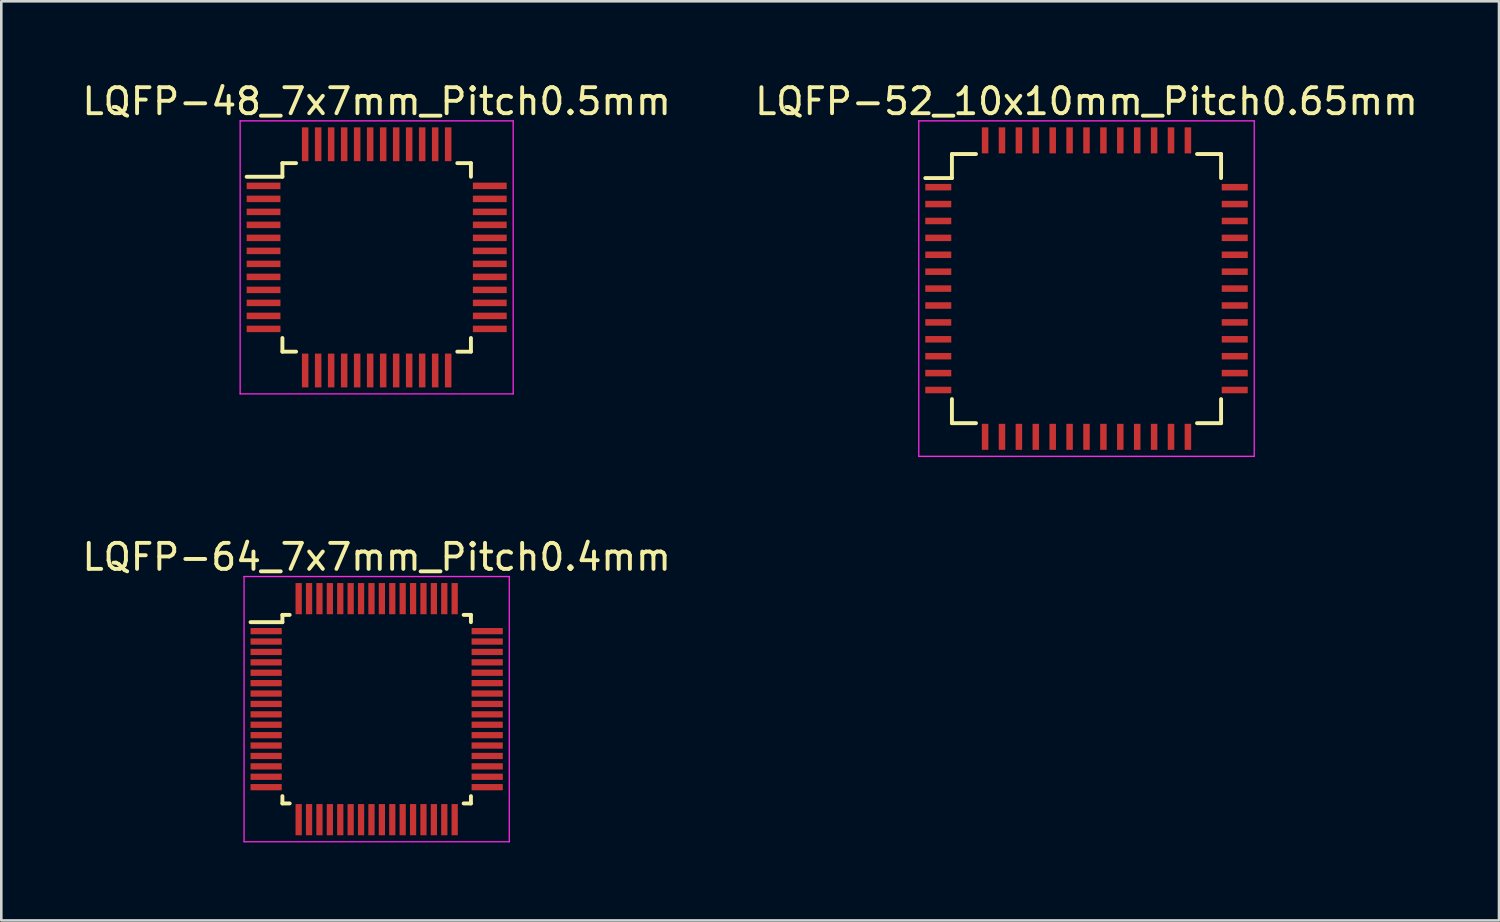
<source format=kicad_pcb>
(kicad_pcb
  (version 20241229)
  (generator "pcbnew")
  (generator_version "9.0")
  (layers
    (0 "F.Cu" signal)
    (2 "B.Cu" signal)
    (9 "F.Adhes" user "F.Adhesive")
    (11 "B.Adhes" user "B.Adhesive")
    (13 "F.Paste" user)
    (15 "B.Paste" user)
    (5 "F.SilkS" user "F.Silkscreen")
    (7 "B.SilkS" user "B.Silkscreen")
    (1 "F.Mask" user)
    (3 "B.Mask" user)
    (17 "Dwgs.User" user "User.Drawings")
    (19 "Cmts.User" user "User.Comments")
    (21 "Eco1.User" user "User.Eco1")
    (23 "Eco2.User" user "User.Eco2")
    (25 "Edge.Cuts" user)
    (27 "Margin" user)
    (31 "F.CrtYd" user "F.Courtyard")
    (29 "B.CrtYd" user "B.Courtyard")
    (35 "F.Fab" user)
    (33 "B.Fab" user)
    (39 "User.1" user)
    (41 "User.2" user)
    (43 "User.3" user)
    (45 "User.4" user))
  (footprint "LQFP-48_7x7mm_Pitch0.5mm"
    (layer "F.Cu")
    (at 11.435 6.848)
    (property "Reference" "LQFP-48_7x7mm_Pitch0.5mm" (at 0 -6 0) (layer "F.SilkS") (effects (font (size 1 1) (thickness 0.15))))
    (attr smd)
    (fp_line (start -3.625 -3.625) (end -3.625 -3.1) (stroke (width 0.15) (type solid)) (layer "F.SilkS"))
    (fp_line (start -3.625 -3.625) (end -3.1 -3.625) (stroke (width 0.15) (type solid)) (layer "F.SilkS"))
    (fp_line (start -3.625 -3.1) (end -5 -3.1) (stroke (width 0.15) (type solid)) (layer "F.SilkS"))
    (fp_line (start -3.625 3.625) (end -3.625 3.1) (stroke (width 0.15) (type solid)) (layer "F.SilkS"))
    (fp_line (start -3.625 3.625) (end -3.1 3.625) (stroke (width 0.15) (type solid)) (layer "F.SilkS"))
    (fp_line (start 3.625 -3.625) (end 3.1 -3.625) (stroke (width 0.15) (type solid)) (layer "F.SilkS"))
    (fp_line (start 3.625 -3.625) (end 3.625 -3.1) (stroke (width 0.15) (type solid)) (layer "F.SilkS"))
    (fp_line (start 3.625 3.625) (end 3.1 3.625) (stroke (width 0.15) (type solid)) (layer "F.SilkS"))
    (fp_line (start 3.625 3.625) (end 3.625 3.1) (stroke (width 0.15) (type solid)) (layer "F.SilkS"))
    (fp_line (start -5.25 -5.25) (end -5.25 5.25) (stroke (width 0.05) (type solid)) (layer "F.CrtYd"))
    (fp_line (start -5.25 -5.25) (end 5.25 -5.25) (stroke (width 0.05) (type solid)) (layer "F.CrtYd"))
    (fp_line (start -5.25 5.25) (end 5.25 5.25) (stroke (width 0.05) (type solid)) (layer "F.CrtYd"))
    (fp_line (start 5.25 -5.25) (end 5.25 5.25) (stroke (width 0.05) (type solid)) (layer "F.CrtYd"))
    (pad "1" smd rect (at -4.35 -2.75) (size 1.3 0.25) (layers "F.Cu" "F.Mask" "F.Paste"))
    (pad "2" smd rect (at -4.35 -2.25) (size 1.3 0.25) (layers "F.Cu" "F.Mask" "F.Paste"))
    (pad "3" smd rect (at -4.35 -1.75) (size 1.3 0.25) (layers "F.Cu" "F.Mask" "F.Paste"))
    (pad "4" smd rect (at -4.35 -1.25) (size 1.3 0.25) (layers "F.Cu" "F.Mask" "F.Paste"))
    (pad "5" smd rect (at -4.35 -0.75) (size 1.3 0.25) (layers "F.Cu" "F.Mask" "F.Paste"))
    (pad "6" smd rect (at -4.35 -0.25) (size 1.3 0.25) (layers "F.Cu" "F.Mask" "F.Paste"))
    (pad "7" smd rect (at -4.35 0.25) (size 1.3 0.25) (layers "F.Cu" "F.Mask" "F.Paste"))
    (pad "8" smd rect (at -4.35 0.75) (size 1.3 0.25) (layers "F.Cu" "F.Mask" "F.Paste"))
    (pad "9" smd rect (at -4.35 1.25) (size 1.3 0.25) (layers "F.Cu" "F.Mask" "F.Paste"))
    (pad "10" smd rect (at -4.35 1.75) (size 1.3 0.25) (layers "F.Cu" "F.Mask" "F.Paste"))
    (pad "11" smd rect (at -4.35 2.25) (size 1.3 0.25) (layers "F.Cu" "F.Mask" "F.Paste"))
    (pad "12" smd rect (at -4.35 2.75) (size 1.3 0.25) (layers "F.Cu" "F.Mask" "F.Paste"))
    (pad "13" smd rect (at -2.75 4.35 90) (size 1.3 0.25) (layers "F.Cu" "F.Mask" "F.Paste"))
    (pad "14" smd rect (at -2.25 4.35 90) (size 1.3 0.25) (layers "F.Cu" "F.Mask" "F.Paste"))
    (pad "15" smd rect (at -1.75 4.35 90) (size 1.3 0.25) (layers "F.Cu" "F.Mask" "F.Paste"))
    (pad "16" smd rect (at -1.25 4.35 90) (size 1.3 0.25) (layers "F.Cu" "F.Mask" "F.Paste"))
    (pad "17" smd rect (at -0.75 4.35 90) (size 1.3 0.25) (layers "F.Cu" "F.Mask" "F.Paste"))
    (pad "18" smd rect (at -0.25 4.35 90) (size 1.3 0.25) (layers "F.Cu" "F.Mask" "F.Paste"))
    (pad "19" smd rect (at 0.25 4.35 90) (size 1.3 0.25) (layers "F.Cu" "F.Mask" "F.Paste"))
    (pad "20" smd rect (at 0.75 4.35 90) (size 1.3 0.25) (layers "F.Cu" "F.Mask" "F.Paste"))
    (pad "21" smd rect (at 1.25 4.35 90) (size 1.3 0.25) (layers "F.Cu" "F.Mask" "F.Paste"))
    (pad "22" smd rect (at 1.75 4.35 90) (size 1.3 0.25) (layers "F.Cu" "F.Mask" "F.Paste"))
    (pad "23" smd rect (at 2.25 4.35 90) (size 1.3 0.25) (layers "F.Cu" "F.Mask" "F.Paste"))
    (pad "24" smd rect (at 2.75 4.35 90) (size 1.3 0.25) (layers "F.Cu" "F.Mask" "F.Paste"))
    (pad "25" smd rect (at 4.35 2.75) (size 1.3 0.25) (layers "F.Cu" "F.Mask" "F.Paste"))
    (pad "26" smd rect (at 4.35 2.25) (size 1.3 0.25) (layers "F.Cu" "F.Mask" "F.Paste"))
    (pad "27" smd rect (at 4.35 1.75) (size 1.3 0.25) (layers "F.Cu" "F.Mask" "F.Paste"))
    (pad "28" smd rect (at 4.35 1.25) (size 1.3 0.25) (layers "F.Cu" "F.Mask" "F.Paste"))
    (pad "29" smd rect (at 4.35 0.75) (size 1.3 0.25) (layers "F.Cu" "F.Mask" "F.Paste"))
    (pad "30" smd rect (at 4.35 0.25) (size 1.3 0.25) (layers "F.Cu" "F.Mask" "F.Paste"))
    (pad "31" smd rect (at 4.35 -0.25) (size 1.3 0.25) (layers "F.Cu" "F.Mask" "F.Paste"))
    (pad "32" smd rect (at 4.35 -0.75) (size 1.3 0.25) (layers "F.Cu" "F.Mask" "F.Paste"))
    (pad "33" smd rect (at 4.35 -1.25) (size 1.3 0.25) (layers "F.Cu" "F.Mask" "F.Paste"))
    (pad "34" smd rect (at 4.35 -1.75) (size 1.3 0.25) (layers "F.Cu" "F.Mask" "F.Paste"))
    (pad "35" smd rect (at 4.35 -2.25) (size 1.3 0.25) (layers "F.Cu" "F.Mask" "F.Paste"))
    (pad "36" smd rect (at 4.35 -2.75) (size 1.3 0.25) (layers "F.Cu" "F.Mask" "F.Paste"))
    (pad "37" smd rect (at 2.75 -4.35 90) (size 1.3 0.25) (layers "F.Cu" "F.Mask" "F.Paste"))
    (pad "38" smd rect (at 2.25 -4.35 90) (size 1.3 0.25) (layers "F.Cu" "F.Mask" "F.Paste"))
    (pad "39" smd rect (at 1.75 -4.35 90) (size 1.3 0.25) (layers "F.Cu" "F.Mask" "F.Paste"))
    (pad "40" smd rect (at 1.25 -4.35 90) (size 1.3 0.25) (layers "F.Cu" "F.Mask" "F.Paste"))
    (pad "41" smd rect (at 0.75 -4.35 90) (size 1.3 0.25) (layers "F.Cu" "F.Mask" "F.Paste"))
    (pad "42" smd rect (at 0.25 -4.35 90) (size 1.3 0.25) (layers "F.Cu" "F.Mask" "F.Paste"))
    (pad "43" smd rect (at -0.25 -4.35 90) (size 1.3 0.25) (layers "F.Cu" "F.Mask" "F.Paste"))
    (pad "44" smd rect (at -0.75 -4.35 90) (size 1.3 0.25) (layers "F.Cu" "F.Mask" "F.Paste"))
    (pad "45" smd rect (at -1.25 -4.35 90) (size 1.3 0.25) (layers "F.Cu" "F.Mask" "F.Paste"))
    (pad "46" smd rect (at -1.75 -4.35 90) (size 1.3 0.25) (layers "F.Cu" "F.Mask" "F.Paste"))
    (pad "47" smd rect (at -2.25 -4.35 90) (size 1.3 0.25) (layers "F.Cu" "F.Mask" "F.Paste"))
    (pad "48" smd rect (at -2.75 -4.35 90) (size 1.3 0.25) (layers "F.Cu" "F.Mask" "F.Paste")))
  (footprint "LQFP-52_10x10mm_Pitch0.65mm"
    (layer "F.Cu")
    (at 38.732 8.048)
    (property "Reference" "LQFP-52_10x10mm_Pitch0.65mm" (at 0 -7.2 0) (layer "F.SilkS") (effects (font (size 1 1) (thickness 0.15))))
    (attr smd)
    (fp_line (start -5.175 -5.175) (end -5.175 -4.25) (stroke (width 0.15) (type solid)) (layer "F.SilkS"))
    (fp_line (start -5.175 -5.175) (end -4.25 -5.175) (stroke (width 0.15) (type solid)) (layer "F.SilkS"))
    (fp_line (start -5.175 -4.25) (end -6.2 -4.25) (stroke (width 0.15) (type solid)) (layer "F.SilkS"))
    (fp_line (start -5.175 5.175) (end -5.175 4.25) (stroke (width 0.15) (type solid)) (layer "F.SilkS"))
    (fp_line (start -5.175 5.175) (end -4.25 5.175) (stroke (width 0.15) (type solid)) (layer "F.SilkS"))
    (fp_line (start 5.175 -5.175) (end 4.25 -5.175) (stroke (width 0.15) (type solid)) (layer "F.SilkS"))
    (fp_line (start 5.175 -5.175) (end 5.175 -4.25) (stroke (width 0.15) (type solid)) (layer "F.SilkS"))
    (fp_line (start 5.175 5.175) (end 4.25 5.175) (stroke (width 0.15) (type solid)) (layer "F.SilkS"))
    (fp_line (start 5.175 5.175) (end 5.175 4.25) (stroke (width 0.15) (type solid)) (layer "F.SilkS"))
    (fp_line (start -6.45 -6.45) (end -6.45 6.45) (stroke (width 0.05) (type solid)) (layer "F.CrtYd"))
    (fp_line (start -6.45 -6.45) (end 6.45 -6.45) (stroke (width 0.05) (type solid)) (layer "F.CrtYd"))
    (fp_line (start -6.45 6.45) (end 6.45 6.45) (stroke (width 0.05) (type solid)) (layer "F.CrtYd"))
    (fp_line (start 6.45 -6.45) (end 6.45 6.45) (stroke (width 0.05) (type solid)) (layer "F.CrtYd"))
    (pad "1" smd rect (at -5.7 -3.9) (size 1 0.25) (layers "F.Cu" "F.Mask" "F.Paste"))
    (pad "2" smd rect (at -5.7 -3.25) (size 1 0.25) (layers "F.Cu" "F.Mask" "F.Paste"))
    (pad "3" smd rect (at -5.7 -2.6) (size 1 0.25) (layers "F.Cu" "F.Mask" "F.Paste"))
    (pad "4" smd rect (at -5.7 -1.95) (size 1 0.25) (layers "F.Cu" "F.Mask" "F.Paste"))
    (pad "5" smd rect (at -5.7 -1.3) (size 1 0.25) (layers "F.Cu" "F.Mask" "F.Paste"))
    (pad "6" smd rect (at -5.7 -0.65) (size 1 0.25) (layers "F.Cu" "F.Mask" "F.Paste"))
    (pad "7" smd rect (at -5.7 0) (size 1 0.25) (layers "F.Cu" "F.Mask" "F.Paste"))
    (pad "8" smd rect (at -5.7 0.65) (size 1 0.25) (layers "F.Cu" "F.Mask" "F.Paste"))
    (pad "9" smd rect (at -5.7 1.3) (size 1 0.25) (layers "F.Cu" "F.Mask" "F.Paste"))
    (pad "10" smd rect (at -5.7 1.95) (size 1 0.25) (layers "F.Cu" "F.Mask" "F.Paste"))
    (pad "11" smd rect (at -5.7 2.6) (size 1 0.25) (layers "F.Cu" "F.Mask" "F.Paste"))
    (pad "12" smd rect (at -5.7 3.25) (size 1 0.25) (layers "F.Cu" "F.Mask" "F.Paste"))
    (pad "13" smd rect (at -5.7 3.9) (size 1 0.25) (layers "F.Cu" "F.Mask" "F.Paste"))
    (pad "14" smd rect (at -3.9 5.7 90) (size 1 0.25) (layers "F.Cu" "F.Mask" "F.Paste"))
    (pad "15" smd rect (at -3.25 5.7 90) (size 1 0.25) (layers "F.Cu" "F.Mask" "F.Paste"))
    (pad "16" smd rect (at -2.6 5.7 90) (size 1 0.25) (layers "F.Cu" "F.Mask" "F.Paste"))
    (pad "17" smd rect (at -1.95 5.7 90) (size 1 0.25) (layers "F.Cu" "F.Mask" "F.Paste"))
    (pad "18" smd rect (at -1.3 5.7 90) (size 1 0.25) (layers "F.Cu" "F.Mask" "F.Paste"))
    (pad "19" smd rect (at -0.65 5.7 90) (size 1 0.25) (layers "F.Cu" "F.Mask" "F.Paste"))
    (pad "20" smd rect (at 0 5.7 90) (size 1 0.25) (layers "F.Cu" "F.Mask" "F.Paste"))
    (pad "21" smd rect (at 0.65 5.7 90) (size 1 0.25) (layers "F.Cu" "F.Mask" "F.Paste"))
    (pad "22" smd rect (at 1.3 5.7 90) (size 1 0.25) (layers "F.Cu" "F.Mask" "F.Paste"))
    (pad "23" smd rect (at 1.95 5.7 90) (size 1 0.25) (layers "F.Cu" "F.Mask" "F.Paste"))
    (pad "24" smd rect (at 2.6 5.7 90) (size 1 0.25) (layers "F.Cu" "F.Mask" "F.Paste"))
    (pad "25" smd rect (at 3.25 5.7 90) (size 1 0.25) (layers "F.Cu" "F.Mask" "F.Paste"))
    (pad "26" smd rect (at 3.9 5.7 90) (size 1 0.25) (layers "F.Cu" "F.Mask" "F.Paste"))
    (pad "27" smd rect (at 5.7 3.9) (size 1 0.25) (layers "F.Cu" "F.Mask" "F.Paste"))
    (pad "28" smd rect (at 5.7 3.25) (size 1 0.25) (layers "F.Cu" "F.Mask" "F.Paste"))
    (pad "29" smd rect (at 5.7 2.6) (size 1 0.25) (layers "F.Cu" "F.Mask" "F.Paste"))
    (pad "30" smd rect (at 5.7 1.95) (size 1 0.25) (layers "F.Cu" "F.Mask" "F.Paste"))
    (pad "31" smd rect (at 5.7 1.3) (size 1 0.25) (layers "F.Cu" "F.Mask" "F.Paste"))
    (pad "32" smd rect (at 5.7 0.65) (size 1 0.25) (layers "F.Cu" "F.Mask" "F.Paste"))
    (pad "33" smd rect (at 5.7 0) (size 1 0.25) (layers "F.Cu" "F.Mask" "F.Paste"))
    (pad "34" smd rect (at 5.7 -0.65) (size 1 0.25) (layers "F.Cu" "F.Mask" "F.Paste"))
    (pad "35" smd rect (at 5.7 -1.3) (size 1 0.25) (layers "F.Cu" "F.Mask" "F.Paste"))
    (pad "36" smd rect (at 5.7 -1.95) (size 1 0.25) (layers "F.Cu" "F.Mask" "F.Paste"))
    (pad "37" smd rect (at 5.7 -2.6) (size 1 0.25) (layers "F.Cu" "F.Mask" "F.Paste"))
    (pad "38" smd rect (at 5.7 -3.25) (size 1 0.25) (layers "F.Cu" "F.Mask" "F.Paste"))
    (pad "39" smd rect (at 5.7 -3.9) (size 1 0.25) (layers "F.Cu" "F.Mask" "F.Paste"))
    (pad "40" smd rect (at 3.9 -5.7 90) (size 1 0.25) (layers "F.Cu" "F.Mask" "F.Paste"))
    (pad "41" smd rect (at 3.25 -5.7 90) (size 1 0.25) (layers "F.Cu" "F.Mask" "F.Paste"))
    (pad "42" smd rect (at 2.6 -5.7 90) (size 1 0.25) (layers "F.Cu" "F.Mask" "F.Paste"))
    (pad "43" smd rect (at 1.95 -5.7 90) (size 1 0.25) (layers "F.Cu" "F.Mask" "F.Paste"))
    (pad "44" smd rect (at 1.3 -5.7 90) (size 1 0.25) (layers "F.Cu" "F.Mask" "F.Paste"))
    (pad "45" smd rect (at 0.65 -5.7 90) (size 1 0.25) (layers "F.Cu" "F.Mask" "F.Paste"))
    (pad "46" smd rect (at 0 -5.7 90) (size 1 0.25) (layers "F.Cu" "F.Mask" "F.Paste"))
    (pad "47" smd rect (at -0.65 -5.7 90) (size 1 0.25) (layers "F.Cu" "F.Mask" "F.Paste"))
    (pad "48" smd rect (at -1.3 -5.7 90) (size 1 0.25) (layers "F.Cu" "F.Mask" "F.Paste"))
    (pad "49" smd rect (at -1.95 -5.7 90) (size 1 0.25) (layers "F.Cu" "F.Mask" "F.Paste"))
    (pad "50" smd rect (at -2.6 -5.7 90) (size 1 0.25) (layers "F.Cu" "F.Mask" "F.Paste"))
    (pad "51" smd rect (at -3.25 -5.7 90) (size 1 0.25) (layers "F.Cu" "F.Mask" "F.Paste"))
    (pad "52" smd rect (at -3.9 -5.7 90) (size 1 0.25) (layers "F.Cu" "F.Mask" "F.Paste")))
  (footprint "LQFP-64_7x7mm_Pitch0.4mm"
    (layer "F.Cu")
    (at 11.435 24.221)
    (property "Reference" "LQFP-64_7x7mm_Pitch0.4mm" (at 0 -5.85 0) (layer "F.SilkS") (effects (font (size 1 1) (thickness 0.15))))
    (attr smd)
    (fp_line (start -3.625 -3.625) (end -3.625 -3.345) (stroke (width 0.15) (type solid)) (layer "F.SilkS"))
    (fp_line (start -3.625 -3.625) (end -3.345 -3.625) (stroke (width 0.15) (type solid)) (layer "F.SilkS"))
    (fp_line (start -3.625 -3.345) (end -4.85 -3.345) (stroke (width 0.15) (type solid)) (layer "F.SilkS"))
    (fp_line (start -3.625 3.625) (end -3.625 3.345) (stroke (width 0.15) (type solid)) (layer "F.SilkS"))
    (fp_line (start -3.625 3.625) (end -3.345 3.625) (stroke (width 0.15) (type solid)) (layer "F.SilkS"))
    (fp_line (start 3.625 -3.625) (end 3.345 -3.625) (stroke (width 0.15) (type solid)) (layer "F.SilkS"))
    (fp_line (start 3.625 -3.625) (end 3.625 -3.345) (stroke (width 0.15) (type solid)) (layer "F.SilkS"))
    (fp_line (start 3.625 3.625) (end 3.345 3.625) (stroke (width 0.15) (type solid)) (layer "F.SilkS"))
    (fp_line (start 3.625 3.625) (end 3.625 3.345) (stroke (width 0.15) (type solid)) (layer "F.SilkS"))
    (fp_line (start -5.1 -5.1) (end -5.1 5.1) (stroke (width 0.05) (type solid)) (layer "F.CrtYd"))
    (fp_line (start -5.1 -5.1) (end 5.1 -5.1) (stroke (width 0.05) (type solid)) (layer "F.CrtYd"))
    (fp_line (start -5.1 5.1) (end 5.1 5.1) (stroke (width 0.05) (type solid)) (layer "F.CrtYd"))
    (fp_line (start 5.1 -5.1) (end 5.1 5.1) (stroke (width 0.05) (type solid)) (layer "F.CrtYd"))
    (pad "1" smd rect (at -4.25 -3) (size 1.2 0.24) (layers "F.Cu" "F.Mask" "F.Paste"))
    (pad "2" smd rect (at -4.25 -2.6) (size 1.2 0.24) (layers "F.Cu" "F.Mask" "F.Paste"))
    (pad "3" smd rect (at -4.25 -2.2) (size 1.2 0.24) (layers "F.Cu" "F.Mask" "F.Paste"))
    (pad "4" smd rect (at -4.25 -1.8) (size 1.2 0.24) (layers "F.Cu" "F.Mask" "F.Paste"))
    (pad "5" smd rect (at -4.25 -1.4) (size 1.2 0.24) (layers "F.Cu" "F.Mask" "F.Paste"))
    (pad "6" smd rect (at -4.25 -1) (size 1.2 0.24) (layers "F.Cu" "F.Mask" "F.Paste"))
    (pad "7" smd rect (at -4.25 -0.6) (size 1.2 0.24) (layers "F.Cu" "F.Mask" "F.Paste"))
    (pad "8" smd rect (at -4.25 -0.2) (size 1.2 0.24) (layers "F.Cu" "F.Mask" "F.Paste"))
    (pad "9" smd rect (at -4.25 0.2) (size 1.2 0.24) (layers "F.Cu" "F.Mask" "F.Paste"))
    (pad "10" smd rect (at -4.25 0.6) (size 1.2 0.24) (layers "F.Cu" "F.Mask" "F.Paste"))
    (pad "11" smd rect (at -4.25 1) (size 1.2 0.24) (layers "F.Cu" "F.Mask" "F.Paste"))
    (pad "12" smd rect (at -4.25 1.4) (size 1.2 0.24) (layers "F.Cu" "F.Mask" "F.Paste"))
    (pad "13" smd rect (at -4.25 1.8) (size 1.2 0.24) (layers "F.Cu" "F.Mask" "F.Paste"))
    (pad "14" smd rect (at -4.25 2.2) (size 1.2 0.24) (layers "F.Cu" "F.Mask" "F.Paste"))
    (pad "15" smd rect (at -4.25 2.6) (size 1.2 0.24) (layers "F.Cu" "F.Mask" "F.Paste"))
    (pad "16" smd rect (at -4.25 3) (size 1.2 0.24) (layers "F.Cu" "F.Mask" "F.Paste"))
    (pad "17" smd rect (at -3 4.25 90) (size 1.2 0.24) (layers "F.Cu" "F.Mask" "F.Paste"))
    (pad "18" smd rect (at -2.6 4.25 90) (size 1.2 0.24) (layers "F.Cu" "F.Mask" "F.Paste"))
    (pad "19" smd rect (at -2.2 4.25 90) (size 1.2 0.24) (layers "F.Cu" "F.Mask" "F.Paste"))
    (pad "20" smd rect (at -1.8 4.25 90) (size 1.2 0.24) (layers "F.Cu" "F.Mask" "F.Paste"))
    (pad "21" smd rect (at -1.4 4.25 90) (size 1.2 0.24) (layers "F.Cu" "F.Mask" "F.Paste"))
    (pad "22" smd rect (at -1 4.25 90) (size 1.2 0.24) (layers "F.Cu" "F.Mask" "F.Paste"))
    (pad "23" smd rect (at -0.6 4.25 90) (size 1.2 0.24) (layers "F.Cu" "F.Mask" "F.Paste"))
    (pad "24" smd rect (at -0.2 4.25 90) (size 1.2 0.24) (layers "F.Cu" "F.Mask" "F.Paste"))
    (pad "25" smd rect (at 0.2 4.25 90) (size 1.2 0.24) (layers "F.Cu" "F.Mask" "F.Paste"))
    (pad "26" smd rect (at 0.6 4.25 90) (size 1.2 0.24) (layers "F.Cu" "F.Mask" "F.Paste"))
    (pad "27" smd rect (at 1 4.25 90) (size 1.2 0.24) (layers "F.Cu" "F.Mask" "F.Paste"))
    (pad "28" smd rect (at 1.4 4.25 90) (size 1.2 0.24) (layers "F.Cu" "F.Mask" "F.Paste"))
    (pad "29" smd rect (at 1.8 4.25 90) (size 1.2 0.24) (layers "F.Cu" "F.Mask" "F.Paste"))
    (pad "30" smd rect (at 2.2 4.25 90) (size 1.2 0.24) (layers "F.Cu" "F.Mask" "F.Paste"))
    (pad "31" smd rect (at 2.6 4.25 90) (size 1.2 0.24) (layers "F.Cu" "F.Mask" "F.Paste"))
    (pad "32" smd rect (at 3 4.25 90) (size 1.2 0.24) (layers "F.Cu" "F.Mask" "F.Paste"))
    (pad "33" smd rect (at 4.25 3) (size 1.2 0.24) (layers "F.Cu" "F.Mask" "F.Paste"))
    (pad "34" smd rect (at 4.25 2.6) (size 1.2 0.24) (layers "F.Cu" "F.Mask" "F.Paste"))
    (pad "35" smd rect (at 4.25 2.2) (size 1.2 0.24) (layers "F.Cu" "F.Mask" "F.Paste"))
    (pad "36" smd rect (at 4.25 1.8) (size 1.2 0.24) (layers "F.Cu" "F.Mask" "F.Paste"))
    (pad "37" smd rect (at 4.25 1.4) (size 1.2 0.24) (layers "F.Cu" "F.Mask" "F.Paste"))
    (pad "38" smd rect (at 4.25 1) (size 1.2 0.24) (layers "F.Cu" "F.Mask" "F.Paste"))
    (pad "39" smd rect (at 4.25 0.6) (size 1.2 0.24) (layers "F.Cu" "F.Mask" "F.Paste"))
    (pad "40" smd rect (at 4.25 0.2) (size 1.2 0.24) (layers "F.Cu" "F.Mask" "F.Paste"))
    (pad "41" smd rect (at 4.25 -0.2) (size 1.2 0.24) (layers "F.Cu" "F.Mask" "F.Paste"))
    (pad "42" smd rect (at 4.25 -0.6) (size 1.2 0.24) (layers "F.Cu" "F.Mask" "F.Paste"))
    (pad "43" smd rect (at 4.25 -1) (size 1.2 0.24) (layers "F.Cu" "F.Mask" "F.Paste"))
    (pad "44" smd rect (at 4.25 -1.4) (size 1.2 0.24) (layers "F.Cu" "F.Mask" "F.Paste"))
    (pad "45" smd rect (at 4.25 -1.8) (size 1.2 0.24) (layers "F.Cu" "F.Mask" "F.Paste"))
    (pad "46" smd rect (at 4.25 -2.2) (size 1.2 0.24) (layers "F.Cu" "F.Mask" "F.Paste"))
    (pad "47" smd rect (at 4.25 -2.6) (size 1.2 0.24) (layers "F.Cu" "F.Mask" "F.Paste"))
    (pad "48" smd rect (at 4.25 -3) (size 1.2 0.24) (layers "F.Cu" "F.Mask" "F.Paste"))
    (pad "49" smd rect (at 3 -4.25 90) (size 1.2 0.24) (layers "F.Cu" "F.Mask" "F.Paste"))
    (pad "50" smd rect (at 2.6 -4.25 90) (size 1.2 0.24) (layers "F.Cu" "F.Mask" "F.Paste"))
    (pad "51" smd rect (at 2.2 -4.25 90) (size 1.2 0.24) (layers "F.Cu" "F.Mask" "F.Paste"))
    (pad "52" smd rect (at 1.8 -4.25 90) (size 1.2 0.24) (layers "F.Cu" "F.Mask" "F.Paste"))
    (pad "53" smd rect (at 1.4 -4.25 90) (size 1.2 0.24) (layers "F.Cu" "F.Mask" "F.Paste"))
    (pad "54" smd rect (at 1 -4.25 90) (size 1.2 0.24) (layers "F.Cu" "F.Mask" "F.Paste"))
    (pad "55" smd rect (at 0.6 -4.25 90) (size 1.2 0.24) (layers "F.Cu" "F.Mask" "F.Paste"))
    (pad "56" smd rect (at 0.2 -4.25 90) (size 1.2 0.24) (layers "F.Cu" "F.Mask" "F.Paste"))
    (pad "57" smd rect (at -0.2 -4.25 90) (size 1.2 0.24) (layers "F.Cu" "F.Mask" "F.Paste"))
    (pad "58" smd rect (at -0.6 -4.25 90) (size 1.2 0.24) (layers "F.Cu" "F.Mask" "F.Paste"))
    (pad "59" smd rect (at -1 -4.25 90) (size 1.2 0.24) (layers "F.Cu" "F.Mask" "F.Paste"))
    (pad "60" smd rect (at -1.4 -4.25 90) (size 1.2 0.24) (layers "F.Cu" "F.Mask" "F.Paste"))
    (pad "61" smd rect (at -1.8 -4.25 90) (size 1.2 0.24) (layers "F.Cu" "F.Mask" "F.Paste"))
    (pad "62" smd rect (at -2.2 -4.25 90) (size 1.2 0.24) (layers "F.Cu" "F.Mask" "F.Paste"))
    (pad "63" smd rect (at -2.6 -4.25 90) (size 1.2 0.24) (layers "F.Cu" "F.Mask" "F.Paste"))
    (pad "64" smd rect (at -3 -4.25 90) (size 1.2 0.24) (layers "F.Cu" "F.Mask" "F.Paste")))
  (gr_rect
    (start -3 -3)
    (end 54.595 32.346)
    (stroke (width 0.1) (type default))
    (fill no)
    (layer "Edge.Cuts")))
</source>
